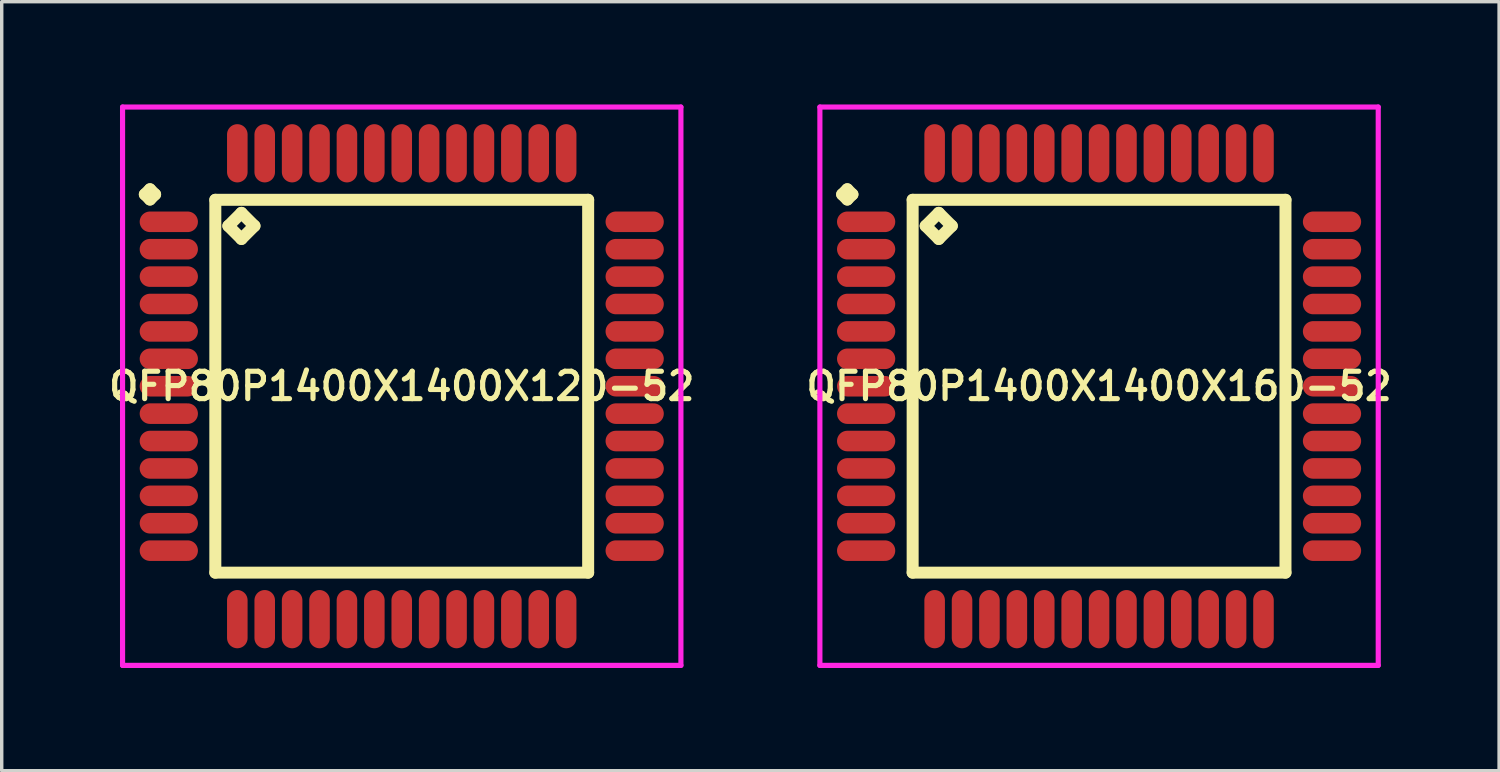
<source format=kicad_pcb>
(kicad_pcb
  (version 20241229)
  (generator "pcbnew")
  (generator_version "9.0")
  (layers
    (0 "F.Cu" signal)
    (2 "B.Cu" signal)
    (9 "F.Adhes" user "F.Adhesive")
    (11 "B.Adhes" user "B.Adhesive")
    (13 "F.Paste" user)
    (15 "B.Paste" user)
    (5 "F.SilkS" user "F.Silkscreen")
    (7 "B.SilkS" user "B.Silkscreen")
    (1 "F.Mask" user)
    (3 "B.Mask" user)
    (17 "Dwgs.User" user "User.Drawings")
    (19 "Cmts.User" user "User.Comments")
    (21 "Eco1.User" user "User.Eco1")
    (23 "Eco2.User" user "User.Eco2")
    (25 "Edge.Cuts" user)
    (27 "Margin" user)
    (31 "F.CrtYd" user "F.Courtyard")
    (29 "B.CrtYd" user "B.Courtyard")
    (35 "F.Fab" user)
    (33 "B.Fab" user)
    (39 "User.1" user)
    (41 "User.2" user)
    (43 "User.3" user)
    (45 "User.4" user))
  (footprint "QFP80P1400X1400X120-52"
    (layer "F.Cu")
    (at 8.678 8.225)
    (property "Reference" "QFP80P1400X1400X120-52" (at 0 0 0) (layer "F.SilkS") (effects (font (size 0.8 0.8) (thickness 0.15))))
    (attr smd)
    (fp_line (start -7.5 -5.6) (end -7.35 -5.75) (stroke (width 0.35) (type solid)) (layer "F.SilkS"))
    (fp_line (start -7.35 -5.75) (end -7.2 -5.6) (stroke (width 0.35) (type solid)) (layer "F.SilkS"))
    (fp_line (start -7.35 -5.45) (end -7.5 -5.6) (stroke (width 0.35) (type solid)) (layer "F.SilkS"))
    (fp_line (start -7.2 -5.6) (end -7.35 -5.45) (stroke (width 0.35) (type solid)) (layer "F.SilkS"))
    (fp_line (start -5.442 -5.442) (end -5.442 5.442) (stroke (width 0.35) (type solid)) (layer "F.SilkS"))
    (fp_line (start -5.442 5.442) (end 5.442 5.442) (stroke (width 0.35) (type solid)) (layer "F.SilkS"))
    (fp_line (start -5.061 -4.68) (end -4.68 -5.061) (stroke (width 0.35) (type solid)) (layer "F.SilkS"))
    (fp_line (start -4.68 -5.061) (end -4.299 -4.68) (stroke (width 0.35) (type solid)) (layer "F.SilkS"))
    (fp_line (start -4.68 -4.299) (end -5.061 -4.68) (stroke (width 0.35) (type solid)) (layer "F.SilkS"))
    (fp_line (start -4.299 -4.68) (end -4.68 -4.299) (stroke (width 0.35) (type solid)) (layer "F.SilkS"))
    (fp_line (start 5.442 -5.442) (end -5.442 -5.442) (stroke (width 0.35) (type solid)) (layer "F.SilkS"))
    (fp_line (start 5.442 5.442) (end 5.442 -5.442) (stroke (width 0.35) (type solid)) (layer "F.SilkS"))
    (fp_line (start -8.15 -8.15) (end 8.15 -8.15) (stroke (width 0.15) (type solid)) (layer "F.CrtYd"))
    (fp_line (start -8.15 8.15) (end -8.15 -8.15) (stroke (width 0.15) (type solid)) (layer "F.CrtYd"))
    (fp_line (start 8.15 -8.15) (end 8.15 8.15) (stroke (width 0.15) (type solid)) (layer "F.CrtYd"))
    (fp_line (start 8.15 8.15) (end -8.15 8.15) (stroke (width 0.15) (type solid)) (layer "F.CrtYd"))
    (pad "1" smd oval (at -6.8 -4.8) (size 1.7 0.6) (layers "F.Cu" "F.Mask" "F.Paste"))
    (pad "2" smd oval (at -6.8 -4) (size 1.7 0.6) (layers "F.Cu" "F.Mask" "F.Paste"))
    (pad "3" smd oval (at -6.8 -3.2) (size 1.7 0.6) (layers "F.Cu" "F.Mask" "F.Paste"))
    (pad "4" smd oval (at -6.8 -2.4) (size 1.7 0.6) (layers "F.Cu" "F.Mask" "F.Paste"))
    (pad "5" smd oval (at -6.8 -1.6) (size 1.7 0.6) (layers "F.Cu" "F.Mask" "F.Paste"))
    (pad "6" smd oval (at -6.8 -0.8) (size 1.7 0.6) (layers "F.Cu" "F.Mask" "F.Paste"))
    (pad "7" smd oval (at -6.8 0) (size 1.7 0.6) (layers "F.Cu" "F.Mask" "F.Paste"))
    (pad "8" smd oval (at -6.8 0.8) (size 1.7 0.6) (layers "F.Cu" "F.Mask" "F.Paste"))
    (pad "9" smd oval (at -6.8 1.6) (size 1.7 0.6) (layers "F.Cu" "F.Mask" "F.Paste"))
    (pad "10" smd oval (at -6.8 2.4) (size 1.7 0.6) (layers "F.Cu" "F.Mask" "F.Paste"))
    (pad "11" smd oval (at -6.8 3.2) (size 1.7 0.6) (layers "F.Cu" "F.Mask" "F.Paste"))
    (pad "12" smd oval (at -6.8 4) (size 1.7 0.6) (layers "F.Cu" "F.Mask" "F.Paste"))
    (pad "13" smd oval (at -6.8 4.8) (size 1.7 0.6) (layers "F.Cu" "F.Mask" "F.Paste"))
    (pad "14" smd oval (at -4.8 6.8) (size 0.6 1.7) (layers "F.Cu" "F.Mask" "F.Paste"))
    (pad "15" smd oval (at -4 6.8) (size 0.6 1.7) (layers "F.Cu" "F.Mask" "F.Paste"))
    (pad "16" smd oval (at -3.2 6.8) (size 0.6 1.7) (layers "F.Cu" "F.Mask" "F.Paste"))
    (pad "17" smd oval (at -2.4 6.8) (size 0.6 1.7) (layers "F.Cu" "F.Mask" "F.Paste"))
    (pad "18" smd oval (at -1.6 6.8) (size 0.6 1.7) (layers "F.Cu" "F.Mask" "F.Paste"))
    (pad "19" smd oval (at -0.8 6.8) (size 0.6 1.7) (layers "F.Cu" "F.Mask" "F.Paste"))
    (pad "20" smd oval (at 0 6.8) (size 0.6 1.7) (layers "F.Cu" "F.Mask" "F.Paste"))
    (pad "21" smd oval (at 0.8 6.8) (size 0.6 1.7) (layers "F.Cu" "F.Mask" "F.Paste"))
    (pad "22" smd oval (at 1.6 6.8) (size 0.6 1.7) (layers "F.Cu" "F.Mask" "F.Paste"))
    (pad "23" smd oval (at 2.4 6.8) (size 0.6 1.7) (layers "F.Cu" "F.Mask" "F.Paste"))
    (pad "24" smd oval (at 3.2 6.8) (size 0.6 1.7) (layers "F.Cu" "F.Mask" "F.Paste"))
    (pad "25" smd oval (at 4 6.8) (size 0.6 1.7) (layers "F.Cu" "F.Mask" "F.Paste"))
    (pad "26" smd oval (at 4.8 6.8) (size 0.6 1.7) (layers "F.Cu" "F.Mask" "F.Paste"))
    (pad "27" smd oval (at 6.8 4.8) (size 1.7 0.6) (layers "F.Cu" "F.Mask" "F.Paste"))
    (pad "28" smd oval (at 6.8 4) (size 1.7 0.6) (layers "F.Cu" "F.Mask" "F.Paste"))
    (pad "29" smd oval (at 6.8 3.2) (size 1.7 0.6) (layers "F.Cu" "F.Mask" "F.Paste"))
    (pad "30" smd oval (at 6.8 2.4) (size 1.7 0.6) (layers "F.Cu" "F.Mask" "F.Paste"))
    (pad "31" smd oval (at 6.8 1.6) (size 1.7 0.6) (layers "F.Cu" "F.Mask" "F.Paste"))
    (pad "32" smd oval (at 6.8 0.8) (size 1.7 0.6) (layers "F.Cu" "F.Mask" "F.Paste"))
    (pad "33" smd oval (at 6.8 0) (size 1.7 0.6) (layers "F.Cu" "F.Mask" "F.Paste"))
    (pad "34" smd oval (at 6.8 -0.8) (size 1.7 0.6) (layers "F.Cu" "F.Mask" "F.Paste"))
    (pad "35" smd oval (at 6.8 -1.6) (size 1.7 0.6) (layers "F.Cu" "F.Mask" "F.Paste"))
    (pad "36" smd oval (at 6.8 -2.4) (size 1.7 0.6) (layers "F.Cu" "F.Mask" "F.Paste"))
    (pad "37" smd oval (at 6.8 -3.2) (size 1.7 0.6) (layers "F.Cu" "F.Mask" "F.Paste"))
    (pad "38" smd oval (at 6.8 -4) (size 1.7 0.6) (layers "F.Cu" "F.Mask" "F.Paste"))
    (pad "39" smd oval (at 6.8 -4.8) (size 1.7 0.6) (layers "F.Cu" "F.Mask" "F.Paste"))
    (pad "40" smd oval (at 4.8 -6.8) (size 0.6 1.7) (layers "F.Cu" "F.Mask" "F.Paste"))
    (pad "41" smd oval (at 4 -6.8) (size 0.6 1.7) (layers "F.Cu" "F.Mask" "F.Paste"))
    (pad "42" smd oval (at 3.2 -6.8) (size 0.6 1.7) (layers "F.Cu" "F.Mask" "F.Paste"))
    (pad "43" smd oval (at 2.4 -6.8) (size 0.6 1.7) (layers "F.Cu" "F.Mask" "F.Paste"))
    (pad "44" smd oval (at 1.6 -6.8) (size 0.6 1.7) (layers "F.Cu" "F.Mask" "F.Paste"))
    (pad "45" smd oval (at 0.8 -6.8) (size 0.6 1.7) (layers "F.Cu" "F.Mask" "F.Paste"))
    (pad "46" smd oval (at 0 -6.8) (size 0.6 1.7) (layers "F.Cu" "F.Mask" "F.Paste"))
    (pad "47" smd oval (at -0.8 -6.8) (size 0.6 1.7) (layers "F.Cu" "F.Mask" "F.Paste"))
    (pad "48" smd oval (at -1.6 -6.8) (size 0.6 1.7) (layers "F.Cu" "F.Mask" "F.Paste"))
    (pad "49" smd oval (at -2.4 -6.8) (size 0.6 1.7) (layers "F.Cu" "F.Mask" "F.Paste"))
    (pad "50" smd oval (at -3.2 -6.8) (size 0.6 1.7) (layers "F.Cu" "F.Mask" "F.Paste"))
    (pad "51" smd oval (at -4 -6.8) (size 0.6 1.7) (layers "F.Cu" "F.Mask" "F.Paste"))
    (pad "52" smd oval (at -4.8 -6.8) (size 0.6 1.7) (layers "F.Cu" "F.Mask" "F.Paste")))
  (footprint "QFP80P1400X1400X160-52"
    (layer "F.Cu")
    (at 29.035 8.225)
    (property "Reference" "QFP80P1400X1400X160-52" (at 0 0 0) (layer "F.SilkS") (effects (font (size 0.8 0.8) (thickness 0.15))))
    (attr through_hole)
    (fp_line (start -7.5 -5.6) (end -7.35 -5.75) (stroke (width 0.35) (type solid)) (layer "F.SilkS"))
    (fp_line (start -7.35 -5.75) (end -7.2 -5.6) (stroke (width 0.35) (type solid)) (layer "F.SilkS"))
    (fp_line (start -7.35 -5.45) (end -7.5 -5.6) (stroke (width 0.35) (type solid)) (layer "F.SilkS"))
    (fp_line (start -7.2 -5.6) (end -7.35 -5.45) (stroke (width 0.35) (type solid)) (layer "F.SilkS"))
    (fp_line (start -5.442 -5.442) (end -5.442 5.442) (stroke (width 0.35) (type solid)) (layer "F.SilkS"))
    (fp_line (start -5.442 5.442) (end 5.442 5.442) (stroke (width 0.35) (type solid)) (layer "F.SilkS"))
    (fp_line (start -5.061 -4.68) (end -4.68 -5.061) (stroke (width 0.35) (type solid)) (layer "F.SilkS"))
    (fp_line (start -4.68 -5.061) (end -4.299 -4.68) (stroke (width 0.35) (type solid)) (layer "F.SilkS"))
    (fp_line (start -4.68 -4.299) (end -5.061 -4.68) (stroke (width 0.35) (type solid)) (layer "F.SilkS"))
    (fp_line (start -4.299 -4.68) (end -4.68 -4.299) (stroke (width 0.35) (type solid)) (layer "F.SilkS"))
    (fp_line (start 5.442 -5.442) (end -5.442 -5.442) (stroke (width 0.35) (type solid)) (layer "F.SilkS"))
    (fp_line (start 5.442 5.442) (end 5.442 -5.442) (stroke (width 0.35) (type solid)) (layer "F.SilkS"))
    (fp_line (start -8.15 -8.15) (end 8.15 -8.15) (stroke (width 0.15) (type solid)) (layer "F.CrtYd"))
    (fp_line (start -8.15 8.15) (end -8.15 -8.15) (stroke (width 0.15) (type solid)) (layer "F.CrtYd"))
    (fp_line (start 8.15 -8.15) (end 8.15 8.15) (stroke (width 0.15) (type solid)) (layer "F.CrtYd"))
    (fp_line (start 8.15 8.15) (end -8.15 8.15) (stroke (width 0.15) (type solid)) (layer "F.CrtYd"))
    (pad "1" smd oval (at -6.8 -4.8) (size 1.7 0.6) (layers "F.Cu" "F.Mask" "F.Paste"))
    (pad "2" smd oval (at -6.8 -4) (size 1.7 0.6) (layers "F.Cu" "F.Mask" "F.Paste"))
    (pad "3" smd oval (at -6.8 -3.2) (size 1.7 0.6) (layers "F.Cu" "F.Mask" "F.Paste"))
    (pad "4" smd oval (at -6.8 -2.4) (size 1.7 0.6) (layers "F.Cu" "F.Mask" "F.Paste"))
    (pad "5" smd oval (at -6.8 -1.6) (size 1.7 0.6) (layers "F.Cu" "F.Mask" "F.Paste"))
    (pad "6" smd oval (at -6.8 -0.8) (size 1.7 0.6) (layers "F.Cu" "F.Mask" "F.Paste"))
    (pad "7" smd oval (at -6.8 0) (size 1.7 0.6) (layers "F.Cu" "F.Mask" "F.Paste"))
    (pad "8" smd oval (at -6.8 0.8) (size 1.7 0.6) (layers "F.Cu" "F.Mask" "F.Paste"))
    (pad "9" smd oval (at -6.8 1.6) (size 1.7 0.6) (layers "F.Cu" "F.Mask" "F.Paste"))
    (pad "10" smd oval (at -6.8 2.4) (size 1.7 0.6) (layers "F.Cu" "F.Mask" "F.Paste"))
    (pad "11" smd oval (at -6.8 3.2) (size 1.7 0.6) (layers "F.Cu" "F.Mask" "F.Paste"))
    (pad "12" smd oval (at -6.8 4) (size 1.7 0.6) (layers "F.Cu" "F.Mask" "F.Paste"))
    (pad "13" smd oval (at -6.8 4.8) (size 1.7 0.6) (layers "F.Cu" "F.Mask" "F.Paste"))
    (pad "14" smd oval (at -4.8 6.8) (size 0.6 1.7) (layers "F.Cu" "F.Mask" "F.Paste"))
    (pad "15" smd oval (at -4 6.8) (size 0.6 1.7) (layers "F.Cu" "F.Mask" "F.Paste"))
    (pad "16" smd oval (at -3.2 6.8) (size 0.6 1.7) (layers "F.Cu" "F.Mask" "F.Paste"))
    (pad "17" smd oval (at -2.4 6.8) (size 0.6 1.7) (layers "F.Cu" "F.Mask" "F.Paste"))
    (pad "18" smd oval (at -1.6 6.8) (size 0.6 1.7) (layers "F.Cu" "F.Mask" "F.Paste"))
    (pad "19" smd oval (at -0.8 6.8) (size 0.6 1.7) (layers "F.Cu" "F.Mask" "F.Paste"))
    (pad "20" smd oval (at 0 6.8) (size 0.6 1.7) (layers "F.Cu" "F.Mask" "F.Paste"))
    (pad "21" smd oval (at 0.8 6.8) (size 0.6 1.7) (layers "F.Cu" "F.Mask" "F.Paste"))
    (pad "22" smd oval (at 1.6 6.8) (size 0.6 1.7) (layers "F.Cu" "F.Mask" "F.Paste"))
    (pad "23" smd oval (at 2.4 6.8) (size 0.6 1.7) (layers "F.Cu" "F.Mask" "F.Paste"))
    (pad "24" smd oval (at 3.2 6.8) (size 0.6 1.7) (layers "F.Cu" "F.Mask" "F.Paste"))
    (pad "25" smd oval (at 4 6.8) (size 0.6 1.7) (layers "F.Cu" "F.Mask" "F.Paste"))
    (pad "26" smd oval (at 4.8 6.8) (size 0.6 1.7) (layers "F.Cu" "F.Mask" "F.Paste"))
    (pad "27" smd oval (at 6.8 4.8) (size 1.7 0.6) (layers "F.Cu" "F.Mask" "F.Paste"))
    (pad "28" smd oval (at 6.8 4) (size 1.7 0.6) (layers "F.Cu" "F.Mask" "F.Paste"))
    (pad "29" smd oval (at 6.8 3.2) (size 1.7 0.6) (layers "F.Cu" "F.Mask" "F.Paste"))
    (pad "30" smd oval (at 6.8 2.4) (size 1.7 0.6) (layers "F.Cu" "F.Mask" "F.Paste"))
    (pad "31" smd oval (at 6.8 1.6) (size 1.7 0.6) (layers "F.Cu" "F.Mask" "F.Paste"))
    (pad "32" smd oval (at 6.8 0.8) (size 1.7 0.6) (layers "F.Cu" "F.Mask" "F.Paste"))
    (pad "33" smd oval (at 6.8 0) (size 1.7 0.6) (layers "F.Cu" "F.Mask" "F.Paste"))
    (pad "34" smd oval (at 6.8 -0.8) (size 1.7 0.6) (layers "F.Cu" "F.Mask" "F.Paste"))
    (pad "35" smd oval (at 6.8 -1.6) (size 1.7 0.6) (layers "F.Cu" "F.Mask" "F.Paste"))
    (pad "36" smd oval (at 6.8 -2.4) (size 1.7 0.6) (layers "F.Cu" "F.Mask" "F.Paste"))
    (pad "37" smd oval (at 6.8 -3.2) (size 1.7 0.6) (layers "F.Cu" "F.Mask" "F.Paste"))
    (pad "38" smd oval (at 6.8 -4) (size 1.7 0.6) (layers "F.Cu" "F.Mask" "F.Paste"))
    (pad "39" smd oval (at 6.8 -4.8) (size 1.7 0.6) (layers "F.Cu" "F.Mask" "F.Paste"))
    (pad "40" smd oval (at 4.8 -6.8) (size 0.6 1.7) (layers "F.Cu" "F.Mask" "F.Paste"))
    (pad "41" smd oval (at 4 -6.8) (size 0.6 1.7) (layers "F.Cu" "F.Mask" "F.Paste"))
    (pad "42" smd oval (at 3.2 -6.8) (size 0.6 1.7) (layers "F.Cu" "F.Mask" "F.Paste"))
    (pad "43" smd oval (at 2.4 -6.8) (size 0.6 1.7) (layers "F.Cu" "F.Mask" "F.Paste"))
    (pad "44" smd oval (at 1.6 -6.8) (size 0.6 1.7) (layers "F.Cu" "F.Mask" "F.Paste"))
    (pad "45" smd oval (at 0.8 -6.8) (size 0.6 1.7) (layers "F.Cu" "F.Mask" "F.Paste"))
    (pad "46" smd oval (at 0 -6.8) (size 0.6 1.7) (layers "F.Cu" "F.Mask" "F.Paste"))
    (pad "47" smd oval (at -0.8 -6.8) (size 0.6 1.7) (layers "F.Cu" "F.Mask" "F.Paste"))
    (pad "48" smd oval (at -1.6 -6.8) (size 0.6 1.7) (layers "F.Cu" "F.Mask" "F.Paste"))
    (pad "49" smd oval (at -2.4 -6.8) (size 0.6 1.7) (layers "F.Cu" "F.Mask" "F.Paste"))
    (pad "50" smd oval (at -3.2 -6.8) (size 0.6 1.7) (layers "F.Cu" "F.Mask" "F.Paste"))
    (pad "51" smd oval (at -4 -6.8) (size 0.6 1.7) (layers "F.Cu" "F.Mask" "F.Paste"))
    (pad "52" smd oval (at -4.8 -6.8) (size 0.6 1.7) (layers "F.Cu" "F.Mask" "F.Paste")))
  (gr_rect
    (start -3 -3)
    (end 40.713 19.45)
    (stroke (width 0.1) (type default))
    (fill no)
    (layer "Edge.Cuts")))
</source>
